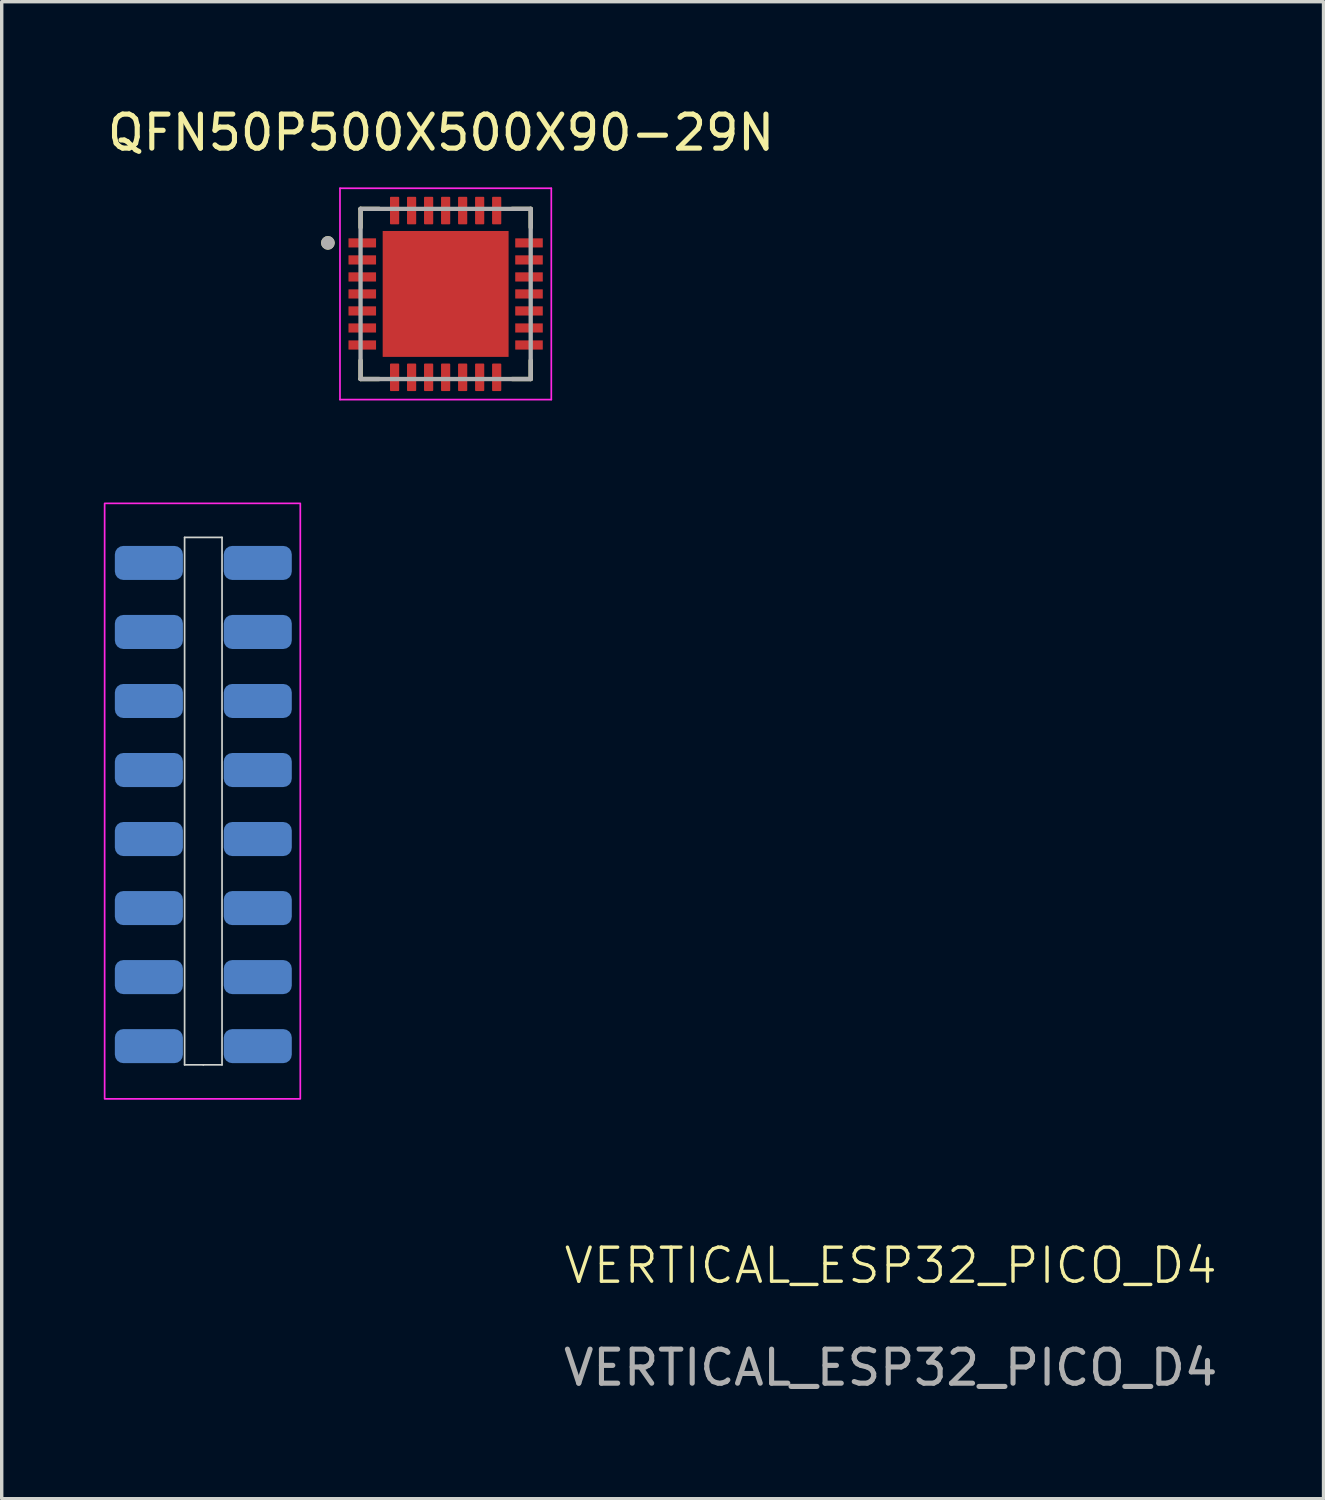
<source format=kicad_pcb>
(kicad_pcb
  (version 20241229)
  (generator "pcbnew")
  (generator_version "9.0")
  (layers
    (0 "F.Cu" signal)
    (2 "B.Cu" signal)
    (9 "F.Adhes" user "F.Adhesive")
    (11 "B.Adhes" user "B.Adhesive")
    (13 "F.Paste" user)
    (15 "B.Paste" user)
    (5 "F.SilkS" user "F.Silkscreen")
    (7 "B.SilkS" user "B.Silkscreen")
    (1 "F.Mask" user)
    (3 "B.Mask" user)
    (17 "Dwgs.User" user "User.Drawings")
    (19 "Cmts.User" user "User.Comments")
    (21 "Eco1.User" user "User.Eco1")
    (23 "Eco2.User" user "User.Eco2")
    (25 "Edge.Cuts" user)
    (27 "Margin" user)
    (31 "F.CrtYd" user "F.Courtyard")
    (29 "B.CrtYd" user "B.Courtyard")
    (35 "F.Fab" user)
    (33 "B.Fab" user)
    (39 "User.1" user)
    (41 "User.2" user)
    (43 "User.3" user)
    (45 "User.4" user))
  (footprint "VERTICAL_ESP32_PICO_D4"
    (layer "F.Cu")
    (at 2.925 20.493)
    (property "Reference" "VERTICAL_ESP32_PICO_D4" (at 20.2 13.65 0) (unlocked yes) (layer "F.SilkS") (effects (font (size 1 1) (thickness 0.1))))
    (attr through_hole)
    (fp_line (start -0.55 -7.75) (end -0.55 7.75) (stroke (width 0.05) (type default)) (layer "Edge.Cuts"))
    (fp_line (start -0.55 7.75) (end 0 7.75) (stroke (width 0.05) (type default)) (layer "Edge.Cuts"))
    (fp_line (start 0 7.75) (end 0.55 7.75) (stroke (width 0.05) (type default)) (layer "Edge.Cuts"))
    (fp_line (start 0.55 -7.75) (end -0.55 -7.75) (stroke (width 0.05) (type default)) (layer "Edge.Cuts"))
    (fp_line (start 0.55 7.75) (end 0.55 -7.75) (stroke (width 0.05) (type default)) (layer "Edge.Cuts"))
    (fp_rect (start -2.9 -8.75) (end 2.85 8.75) (stroke (width 0.05) (type default)) (fill no) (layer "F.CrtYd"))
    (fp_text user "${REFERENCE}" (at 20.2 16.65 0) (unlocked yes) (layer "F.Fab") (effects (font (size 1 1) (thickness 0.15))))
    (pad "1" smd roundrect (at -1.6 -7 90) (size 1 2) (layers "B.Cu" "B.Mask" "B.Paste") (roundrect_rratio 0.25))
    (pad "2" smd roundrect (at -1.6 -4.971 90) (size 1 2) (layers "B.Cu" "B.Mask" "B.Paste") (roundrect_rratio 0.25))
    (pad "3" smd roundrect (at -1.6 -2.943 90) (size 1 2) (layers "B.Cu" "B.Mask" "B.Paste") (roundrect_rratio 0.25))
    (pad "4" smd roundrect (at -1.6 -0.914 90) (size 1 2) (layers "B.Cu" "B.Mask" "B.Paste") (roundrect_rratio 0.25))
    (pad "5" smd roundrect (at -1.6 1.114 90) (size 1 2) (layers "B.Cu" "B.Mask" "B.Paste") (roundrect_rratio 0.25))
    (pad "6" smd roundrect (at -1.6 3.143 90) (size 1 2) (layers "B.Cu" "B.Mask" "B.Paste") (roundrect_rratio 0.25))
    (pad "7" smd roundrect (at -1.6 5.171 90) (size 1 2) (layers "B.Cu" "B.Mask" "B.Paste") (roundrect_rratio 0.25))
    (pad "8" smd roundrect (at -1.6 7.2 90) (size 1 2) (layers "B.Cu" "B.Mask" "B.Paste") (roundrect_rratio 0.25))
    (pad "9" smd roundrect (at 1.6 7.2 90) (size 1 2) (layers "B.Cu" "B.Mask" "B.Paste") (roundrect_rratio 0.25))
    (pad "10" smd roundrect (at 1.6 5.171 90) (size 1 2) (layers "B.Cu" "B.Mask" "B.Paste") (roundrect_rratio 0.25))
    (pad "11" smd roundrect (at 1.6 3.143 90) (size 1 2) (layers "B.Cu" "B.Mask" "B.Paste") (roundrect_rratio 0.25))
    (pad "12" smd roundrect (at 1.6 1.114 90) (size 1 2) (layers "B.Cu" "B.Mask" "B.Paste") (roundrect_rratio 0.25))
    (pad "13" smd roundrect (at 1.6 -0.914 90) (size 1 2) (layers "B.Cu" "B.Mask" "B.Paste") (roundrect_rratio 0.25))
    (pad "14" smd roundrect (at 1.6 -2.943 90) (size 1 2) (layers "B.Cu" "B.Mask" "B.Paste") (roundrect_rratio 0.25))
    (pad "15" smd roundrect (at 1.6 -4.971 90) (size 1 2) (layers "B.Cu" "B.Mask" "B.Paste") (roundrect_rratio 0.25))
    (pad "16" smd roundrect (at 1.6 -7 90) (size 1 2) (layers "B.Cu" "B.Mask" "B.Paste") (roundrect_rratio 0.25)))
  (footprint "QFN50P500X500X90-29N"
    (layer "F.Cu")
    (at 10.046 5.588)
    (property "Reference" "QFN50P500X500X90-29N" (at -0.135 -4.74 0) (layer "F.SilkS") (effects (font (size 1 1) (thickness 0.15))))
    (attr smd)
    (fp_line (start -2.5 -2.5) (end -2.5 -1.955) (stroke (width 0.127) (type solid)) (layer "F.SilkS"))
    (fp_line (start -2.5 -2.5) (end -1.955 -2.5) (stroke (width 0.127) (type solid)) (layer "F.SilkS"))
    (fp_line (start -2.5 2.5) (end -2.5 1.955) (stroke (width 0.127) (type solid)) (layer "F.SilkS"))
    (fp_line (start -2.5 2.5) (end -1.955 2.5) (stroke (width 0.127) (type solid)) (layer "F.SilkS"))
    (fp_line (start 2.5 -2.5) (end 1.955 -2.5) (stroke (width 0.127) (type solid)) (layer "F.SilkS"))
    (fp_line (start 2.5 -2.5) (end 2.5 -1.955) (stroke (width 0.127) (type solid)) (layer "F.SilkS"))
    (fp_line (start 2.5 2.5) (end 1.955 2.5) (stroke (width 0.127) (type solid)) (layer "F.SilkS"))
    (fp_line (start 2.5 2.5) (end 2.5 1.955) (stroke (width 0.127) (type solid)) (layer "F.SilkS"))
    (fp_circle (center -3.46 -1.5) (end -3.36 -1.5) (stroke (width 0.2) (type solid)) (fill no) (layer "F.SilkS"))
    (fp_poly (pts (xy -1.17 -1.17) (xy 1.17 -1.17) (xy 1.17 1.17) (xy -1.17 1.17)) (stroke (width 0.01) (type solid)) (fill yes) (layer "F.Paste"))
    (fp_line (start -3.105 -3.105) (end 3.105 -3.105) (stroke (width 0.05) (type solid)) (layer "F.CrtYd"))
    (fp_line (start -3.105 3.105) (end -3.105 -3.105) (stroke (width 0.05) (type solid)) (layer "F.CrtYd"))
    (fp_line (start -3.105 3.105) (end 3.105 3.105) (stroke (width 0.05) (type solid)) (layer "F.CrtYd"))
    (fp_line (start 3.105 3.105) (end 3.105 -3.105) (stroke (width 0.05) (type solid)) (layer "F.CrtYd"))
    (fp_line (start -2.5 2.5) (end -2.5 -2.5) (stroke (width 0.127) (type solid)) (layer "F.Fab"))
    (fp_line (start 2.5 -2.5) (end -2.5 -2.5) (stroke (width 0.127) (type solid)) (layer "F.Fab"))
    (fp_line (start 2.5 2.5) (end -2.5 2.5) (stroke (width 0.127) (type solid)) (layer "F.Fab"))
    (fp_line (start 2.5 2.5) (end 2.5 -2.5) (stroke (width 0.127) (type solid)) (layer "F.Fab"))
    (fp_circle (center -3.46 -1.5) (end -3.36 -1.5) (stroke (width 0.2) (type solid)) (fill no) (layer "F.Fab"))
    (pad "1" smd roundrect (at -2.45 -1.5) (size 0.81 0.27) (layers "F.Cu" "F.Mask" "F.Paste") (roundrect_rratio 0.03))
    (pad "2" smd roundrect (at -2.45 -1) (size 0.81 0.27) (layers "F.Cu" "F.Mask" "F.Paste") (roundrect_rratio 0.03))
    (pad "3" smd roundrect (at -2.45 -0.5) (size 0.81 0.27) (layers "F.Cu" "F.Mask" "F.Paste") (roundrect_rratio 0.03))
    (pad "4" smd roundrect (at -2.45 0) (size 0.81 0.27) (layers "F.Cu" "F.Mask" "F.Paste") (roundrect_rratio 0.03))
    (pad "5" smd roundrect (at -2.45 0.5) (size 0.81 0.27) (layers "F.Cu" "F.Mask" "F.Paste") (roundrect_rratio 0.03))
    (pad "6" smd roundrect (at -2.45 1) (size 0.81 0.27) (layers "F.Cu" "F.Mask" "F.Paste") (roundrect_rratio 0.03))
    (pad "7" smd roundrect (at -2.45 1.5) (size 0.81 0.27) (layers "F.Cu" "F.Mask" "F.Paste") (roundrect_rratio 0.03))
    (pad "8" smd roundrect (at -1.5 2.45) (size 0.27 0.81) (layers "F.Cu" "F.Mask" "F.Paste") (roundrect_rratio 0.1))
    (pad "9" smd roundrect (at -1 2.45) (size 0.27 0.81) (layers "F.Cu" "F.Mask" "F.Paste") (roundrect_rratio 0.1))
    (pad "10" smd roundrect (at -0.5 2.45) (size 0.27 0.81) (layers "F.Cu" "F.Mask" "F.Paste") (roundrect_rratio 0.1))
    (pad "11" smd roundrect (at 0 2.45) (size 0.27 0.81) (layers "F.Cu" "F.Mask" "F.Paste") (roundrect_rratio 0.1))
    (pad "12" smd roundrect (at 0.5 2.45) (size 0.27 0.81) (layers "F.Cu" "F.Mask" "F.Paste") (roundrect_rratio 0.1))
    (pad "13" smd roundrect (at 1 2.45) (size 0.27 0.81) (layers "F.Cu" "F.Mask" "F.Paste") (roundrect_rratio 0.1))
    (pad "14" smd roundrect (at 1.5 2.45) (size 0.27 0.81) (layers "F.Cu" "F.Mask" "F.Paste") (roundrect_rratio 0.1))
    (pad "15" smd roundrect (at 2.45 1.5) (size 0.81 0.27) (layers "F.Cu" "F.Mask" "F.Paste") (roundrect_rratio 0.03))
    (pad "16" smd roundrect (at 2.45 1) (size 0.81 0.27) (layers "F.Cu" "F.Mask" "F.Paste") (roundrect_rratio 0.03))
    (pad "17" smd roundrect (at 2.45 0.5) (size 0.81 0.27) (layers "F.Cu" "F.Mask" "F.Paste") (roundrect_rratio 0.03))
    (pad "18" smd roundrect (at 2.45 0) (size 0.81 0.27) (layers "F.Cu" "F.Mask" "F.Paste") (roundrect_rratio 0.03))
    (pad "19" smd roundrect (at 2.45 -0.5) (size 0.81 0.27) (layers "F.Cu" "F.Mask" "F.Paste") (roundrect_rratio 0.03))
    (pad "20" smd roundrect (at 2.45 -1) (size 0.81 0.27) (layers "F.Cu" "F.Mask" "F.Paste") (roundrect_rratio 0.03))
    (pad "21" smd roundrect (at 2.45 -1.5) (size 0.81 0.27) (layers "F.Cu" "F.Mask" "F.Paste") (roundrect_rratio 0.03))
    (pad "22" smd roundrect (at 1.5 -2.45) (size 0.27 0.81) (layers "F.Cu" "F.Mask" "F.Paste") (roundrect_rratio 0.1))
    (pad "23" smd roundrect (at 1 -2.45) (size 0.27 0.81) (layers "F.Cu" "F.Mask" "F.Paste") (roundrect_rratio 0.1))
    (pad "24" smd roundrect (at 0.5 -2.45) (size 0.27 0.81) (layers "F.Cu" "F.Mask" "F.Paste") (roundrect_rratio 0.1))
    (pad "25" smd roundrect (at 0 -2.45) (size 0.27 0.81) (layers "F.Cu" "F.Mask" "F.Paste") (roundrect_rratio 0.1))
    (pad "26" smd roundrect (at -0.5 -2.45) (size 0.27 0.81) (layers "F.Cu" "F.Mask" "F.Paste") (roundrect_rratio 0.1))
    (pad "27" smd roundrect (at -1 -2.45) (size 0.27 0.81) (layers "F.Cu" "F.Mask" "F.Paste") (roundrect_rratio 0.1))
    (pad "28" smd roundrect (at -1.5 -2.45) (size 0.27 0.81) (layers "F.Cu" "F.Mask" "F.Paste") (roundrect_rratio 0.1))
    (pad "29" smd rect (at 0 0) (size 3.7 3.7) (layers "F.Cu" "F.Mask")))
  (gr_rect
    (start -3 -3)
    (end 35.845 40.992)
    (stroke (width 0.1) (type default))
    (fill no)
    (layer "Edge.Cuts")))
</source>
